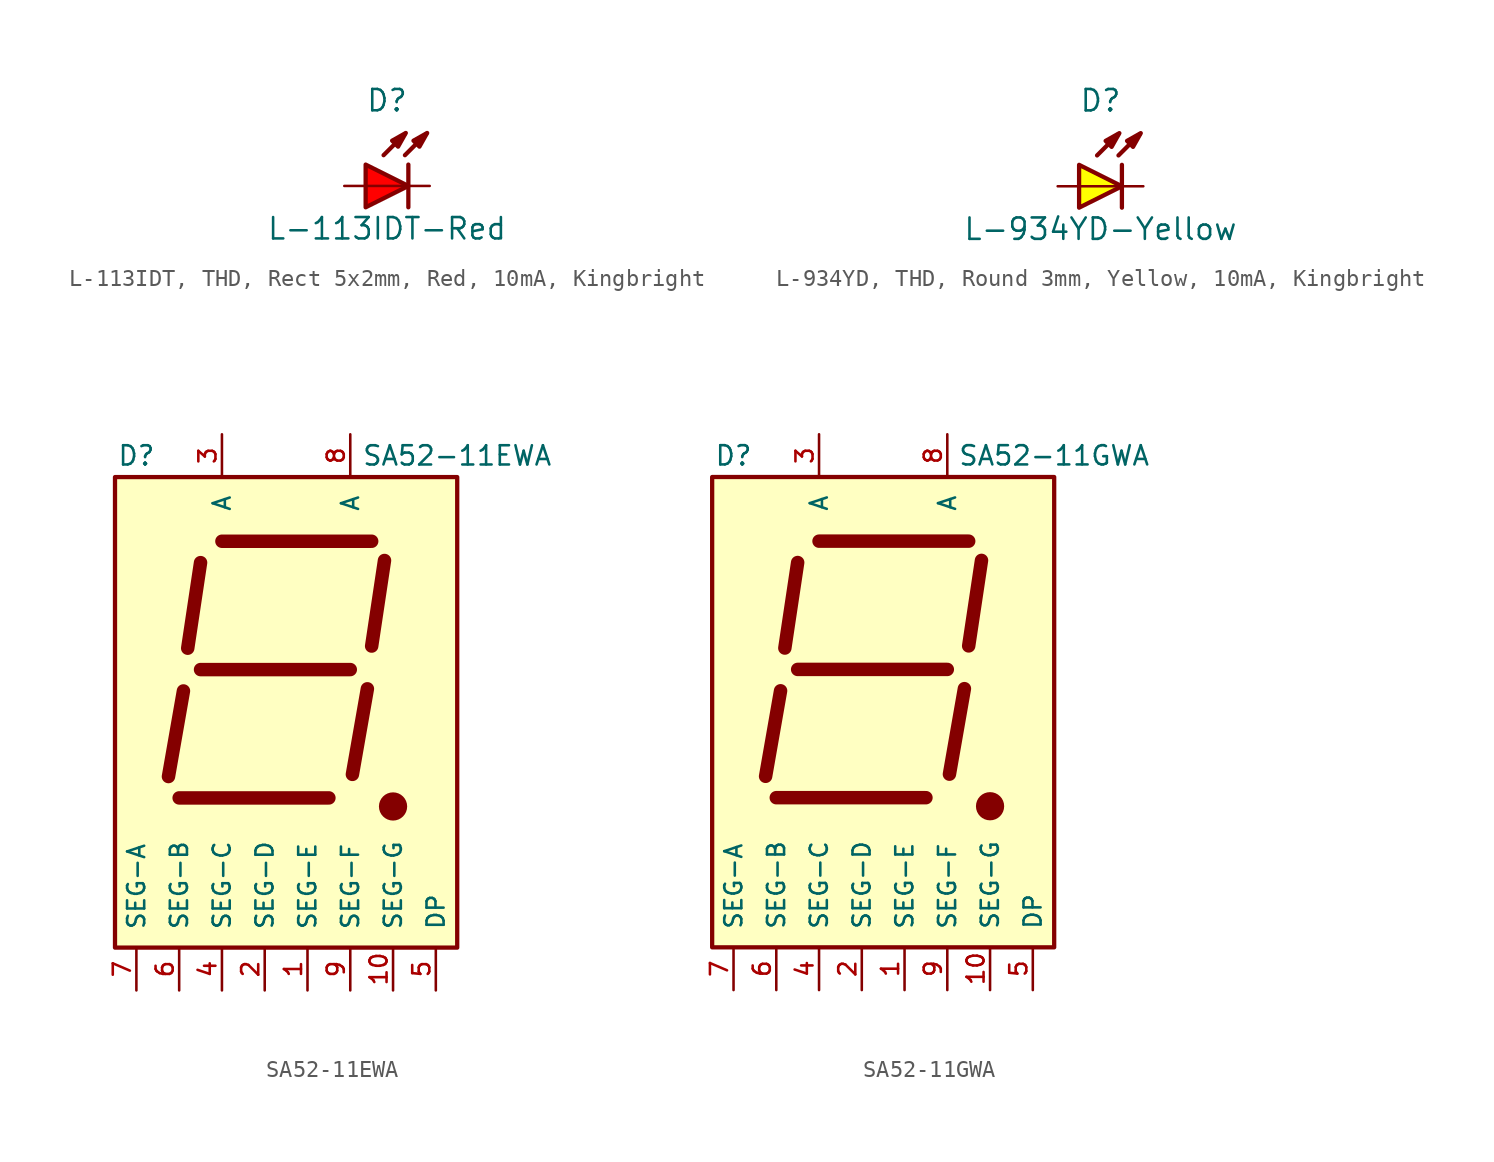
<source format=kicad_sym>
(kicad_symbol_lib
  (version 20241209)
  (generator "kicad_symbol_editor")
  (generator_version "9.0")
  (symbol "L-113IDT, THD, Rect 5x2mm, Red, 10mA, Kingbright"
    (pin_numbers
      (hide yes))
    (pin_names
      (offset 1.016)
      (hide yes))
    (property "Reference" "D"
      (at 0 5.08 0)
      (effects (font (size 1.27 1.27))))
    (property "Value" "L-113IDT-Red"
      (at 0 -2.54 0)
      (effects (font (size 1.27 1.27))))
    (property "Label" ""
      (at 0 0 0)
      (effects (font (size 1.27 1.27) (thickness 0.254) (bold yes))))
    (symbol "L-113IDT, THD, Rect 5x2mm, Red, 10mA, Kingbright_0_0"
      (polyline (pts (xy -0.203 1.829) (xy 1.067 3.099)) (stroke (width 0.254) (type default)) (fill (type none)))
      (polyline (pts (xy 1.067 1.829) (xy 2.337 3.099)) (stroke (width 0.254) (type default)) (fill (type none)))
      (polyline (pts (xy 1.118 3.15) (xy 0.66 2.337) (xy 0.305 2.692) (xy 1.118 3.15)) (stroke (width 0.254) (type default)) (fill (type outline)))
      (polyline (pts (xy 1.27 0) (xy -1.27 0)) (stroke (width 0.152) (type default)) (fill (type none)))
      (polyline (pts (xy 2.388 3.15) (xy 1.93 2.337) (xy 1.575 2.692) (xy 2.388 3.15)) (stroke (width 0.254) (type default)) (fill (type outline))))
    (symbol "L-113IDT, THD, Rect 5x2mm, Red, 10mA, Kingbright_0_1"
      (polyline (pts (xy 1.27 1.27) (xy 1.27 -1.27)) (stroke (width 0.254) (type default)) (fill (type none))))
    (symbol "L-113IDT, THD, Rect 5x2mm, Red, 10mA, Kingbright_1_1"
      (polyline (pts (xy -1.27 1.27) (xy -1.27 -1.27) (xy 1.27 0) (xy -1.27 1.27)) (stroke (width 0.254) (type solid)) (fill (type color) (color 255 0 0 1)))
      (pin passive line (at -2.54 0 0) (length 1.27) (name "A" (effects (font (size 1.27 1.27)))) (number "A" (effects (font (size 1.27 1.27)))))
      (pin passive line (at 2.54 0 180) (length 1.27) (name "C" (effects (font (size 1.27 1.27)))) (number "C" (effects (font (size 1.27 1.27)))))))
  (symbol "L-934YD, THD, Round 3mm, Yellow, 10mA, Kingbright"
    (pin_numbers
      (hide yes))
    (pin_names
      (offset 1.016)
      (hide yes))
    (property "Reference" "D"
      (at 0 5.08 0)
      (effects (font (size 1.27 1.27))))
    (property "Value" "L-934YD-Yellow"
      (at 0 -2.54 0)
      (effects (font (size 1.27 1.27))))
    (property "Label" ""
      (at 0 0 0)
      (effects (font (size 1.27 1.27) (thickness 0.254) (bold yes))))
    (symbol "L-934YD, THD, Round 3mm, Yellow, 10mA, Kingbright_0_0"
      (polyline (pts (xy -0.203 1.829) (xy 1.067 3.099)) (stroke (width 0.254) (type default)) (fill (type none)))
      (polyline (pts (xy 1.067 1.829) (xy 2.337 3.099)) (stroke (width 0.254) (type default)) (fill (type none)))
      (polyline (pts (xy 1.118 3.15) (xy 0.66 2.337) (xy 0.305 2.692) (xy 1.118 3.15)) (stroke (width 0.254) (type default)) (fill (type outline)))
      (polyline (pts (xy 1.27 0) (xy -1.27 0)) (stroke (width 0.152) (type default)) (fill (type none)))
      (polyline (pts (xy 2.388 3.15) (xy 1.93 2.337) (xy 1.575 2.692) (xy 2.388 3.15)) (stroke (width 0.254) (type default)) (fill (type outline))))
    (symbol "L-934YD, THD, Round 3mm, Yellow, 10mA, Kingbright_0_1"
      (polyline (pts (xy 1.27 1.27) (xy 1.27 -1.27)) (stroke (width 0.254) (type default)) (fill (type none))))
    (symbol "L-934YD, THD, Round 3mm, Yellow, 10mA, Kingbright_1_1"
      (polyline (pts (xy -1.27 1.27) (xy -1.27 -1.27) (xy 1.27 0) (xy -1.27 1.27)) (stroke (width 0.254) (type solid)) (fill (type color) (color 255 255 0 1)))
      (pin passive line (at -2.54 0 0) (length 1.27) (name "A" (effects (font (size 1.27 1.27)))) (number "A" (effects (font (size 1.27 1.27)))))
      (pin passive line (at 2.54 0 180) (length 1.27) (name "C" (effects (font (size 1.27 1.27)))) (number "C" (effects (font (size 1.27 1.27)))))))
  (symbol "SA52-11EWA"
    (pin_names
      (offset 1.016))
    (property "Reference" "D"
      (at -8.89 15.24 0)
      (effects (font (size 1.143 1.143))))
    (property "Value" "SA52-11EWA"
      (at 10.16 15.24 0)
      (effects (font (size 1.143 1.143))))
    (symbol "SA52-11EWA_0_1"
      (rectangle (start -10.16 13.97) (end 10.16 -13.97) (stroke (width 0.254) (type default)) (fill (type background))))
    (symbol "SA52-11EWA_1_1"
      (polyline (pts (xy -6.985 -3.81) (xy -6.096 1.27)) (stroke (width 0.8) (type default)) (fill (type none)))
      (polyline (pts (xy -6.35 -5.08) (xy 2.54 -5.08)) (stroke (width 0.8) (type default)) (fill (type none)))
      (polyline (pts (xy -5.842 3.81) (xy -5.08 8.89)) (stroke (width 0.8) (type default)) (fill (type none)))
      (polyline (pts (xy -5.08 2.54) (xy 3.81 2.54)) (stroke (width 0.8) (type default)) (fill (type none)))
      (polyline (pts (xy -3.81 10.16) (xy 5.08 10.16)) (stroke (width 0.8) (type default)) (fill (type none)))
      (polyline (pts (xy 3.937 -3.683) (xy 4.826 1.397)) (stroke (width 0.8) (type default)) (fill (type none)))
      (polyline (pts (xy 5.08 3.937) (xy 5.842 9.017)) (stroke (width 0.8) (type default)) (fill (type none)))
      (circle (center 6.35 -5.588) (radius 0.762) (stroke (width 0) (type default)) (fill (type outline)))
      (pin passive line (at -8.89 -16.51 90) (length 2.54) (name "SEG-A" (effects (font (size 1.016 1.016)))) (number "7" (effects (font (size 1.016 1.016)))))
      (pin passive line (at -6.35 -16.51 90) (length 2.54) (name "SEG-B" (effects (font (size 1.016 1.016)))) (number "6" (effects (font (size 1.016 1.016)))))
      (pin passive line (at -3.81 16.51 270) (length 2.54) (name "A" (effects (font (size 1.016 1.016)))) (number "3" (effects (font (size 1.016 1.016)))))
      (pin passive line (at -3.81 -16.51 90) (length 2.54) (name "SEG-C" (effects (font (size 1.016 1.016)))) (number "4" (effects (font (size 1.016 1.016)))))
      (pin passive line (at -1.27 -16.51 90) (length 2.54) (name "SEG-D" (effects (font (size 1.016 1.016)))) (number "2" (effects (font (size 1.016 1.016)))))
      (pin passive line (at 1.27 -16.51 90) (length 2.54) (name "SEG-E" (effects (font (size 1.016 1.016)))) (number "1" (effects (font (size 1.016 1.016)))))
      (pin passive line (at 3.81 16.51 270) (length 2.54) (name "A" (effects (font (size 1.016 1.016)))) (number "8" (effects (font (size 1.016 1.016)))))
      (pin passive line (at 3.81 -16.51 90) (length 2.54) (name "SEG-F" (effects (font (size 1.016 1.016)))) (number "9" (effects (font (size 1.016 1.016)))))
      (pin passive line (at 6.35 -16.51 90) (length 2.54) (name "SEG-G" (effects (font (size 1.016 1.016)))) (number "10" (effects (font (size 1.016 1.016)))))
      (pin passive line (at 8.89 -16.51 90) (length 2.54) (name "DP" (effects (font (size 1.016 1.016)))) (number "5" (effects (font (size 1.016 1.016)))))))
  (symbol "SA52-11GWA"
    (pin_names
      (offset 1.016))
    (property "Reference" "D"
      (at -8.89 15.24 0)
      (effects (font (size 1.143 1.143))))
    (property "Value" "SA52-11GWA"
      (at 10.16 15.24 0)
      (effects (font (size 1.143 1.143))))
    (symbol "SA52-11GWA_0_1"
      (rectangle (start -10.16 13.97) (end 10.16 -13.97) (stroke (width 0.254) (type default)) (fill (type background))))
    (symbol "SA52-11GWA_1_1"
      (polyline (pts (xy -6.985 -3.81) (xy -6.096 1.27)) (stroke (width 0.8) (type default)) (fill (type none)))
      (polyline (pts (xy -6.35 -5.08) (xy 2.54 -5.08)) (stroke (width 0.8) (type default)) (fill (type none)))
      (polyline (pts (xy -5.842 3.81) (xy -5.08 8.89)) (stroke (width 0.8) (type default)) (fill (type none)))
      (polyline (pts (xy -5.08 2.54) (xy 3.81 2.54)) (stroke (width 0.8) (type default)) (fill (type none)))
      (polyline (pts (xy -3.81 10.16) (xy 5.08 10.16)) (stroke (width 0.8) (type default)) (fill (type none)))
      (polyline (pts (xy 3.937 -3.683) (xy 4.826 1.397)) (stroke (width 0.8) (type default)) (fill (type none)))
      (polyline (pts (xy 5.08 3.937) (xy 5.842 9.017)) (stroke (width 0.8) (type default)) (fill (type none)))
      (circle (center 6.35 -5.588) (radius 0.762) (stroke (width 0) (type default)) (fill (type outline)))
      (pin passive line (at -8.89 -16.51 90) (length 2.54) (name "SEG-A" (effects (font (size 1.016 1.016)))) (number "7" (effects (font (size 1.016 1.016)))))
      (pin passive line (at -6.35 -16.51 90) (length 2.54) (name "SEG-B" (effects (font (size 1.016 1.016)))) (number "6" (effects (font (size 1.016 1.016)))))
      (pin passive line (at -3.81 16.51 270) (length 2.54) (name "A" (effects (font (size 1.016 1.016)))) (number "3" (effects (font (size 1.016 1.016)))))
      (pin passive line (at -3.81 -16.51 90) (length 2.54) (name "SEG-C" (effects (font (size 1.016 1.016)))) (number "4" (effects (font (size 1.016 1.016)))))
      (pin passive line (at -1.27 -16.51 90) (length 2.54) (name "SEG-D" (effects (font (size 1.016 1.016)))) (number "2" (effects (font (size 1.016 1.016)))))
      (pin passive line (at 1.27 -16.51 90) (length 2.54) (name "SEG-E" (effects (font (size 1.016 1.016)))) (number "1" (effects (font (size 1.016 1.016)))))
      (pin passive line (at 3.81 16.51 270) (length 2.54) (name "A" (effects (font (size 1.016 1.016)))) (number "8" (effects (font (size 1.016 1.016)))))
      (pin passive line (at 3.81 -16.51 90) (length 2.54) (name "SEG-F" (effects (font (size 1.016 1.016)))) (number "9" (effects (font (size 1.016 1.016)))))
      (pin passive line (at 6.35 -16.51 90) (length 2.54) (name "SEG-G" (effects (font (size 1.016 1.016)))) (number "10" (effects (font (size 1.016 1.016)))))
      (pin passive line (at 8.89 -16.51 90) (length 2.54) (name "DP" (effects (font (size 1.016 1.016)))) (number "5" (effects (font (size 1.016 1.016))))))))
</source>
